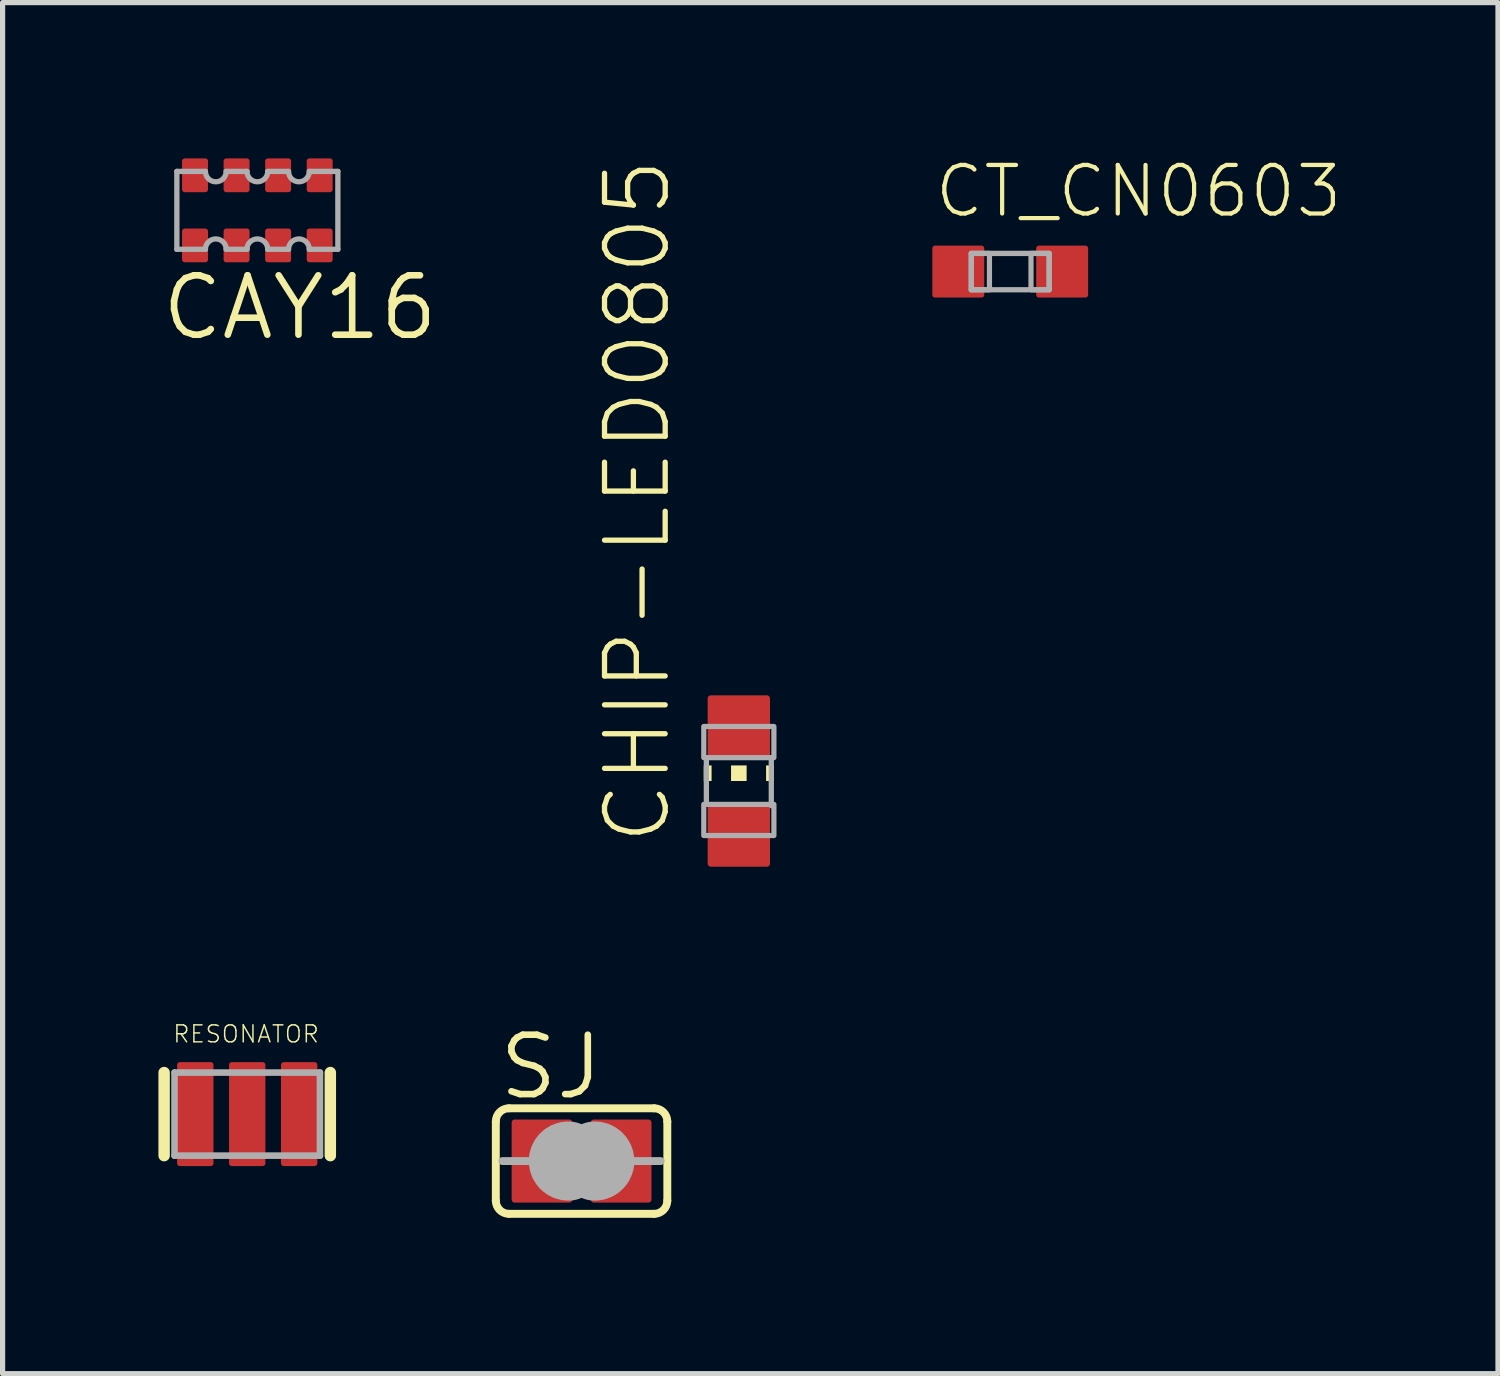
<source format=kicad_pcb>
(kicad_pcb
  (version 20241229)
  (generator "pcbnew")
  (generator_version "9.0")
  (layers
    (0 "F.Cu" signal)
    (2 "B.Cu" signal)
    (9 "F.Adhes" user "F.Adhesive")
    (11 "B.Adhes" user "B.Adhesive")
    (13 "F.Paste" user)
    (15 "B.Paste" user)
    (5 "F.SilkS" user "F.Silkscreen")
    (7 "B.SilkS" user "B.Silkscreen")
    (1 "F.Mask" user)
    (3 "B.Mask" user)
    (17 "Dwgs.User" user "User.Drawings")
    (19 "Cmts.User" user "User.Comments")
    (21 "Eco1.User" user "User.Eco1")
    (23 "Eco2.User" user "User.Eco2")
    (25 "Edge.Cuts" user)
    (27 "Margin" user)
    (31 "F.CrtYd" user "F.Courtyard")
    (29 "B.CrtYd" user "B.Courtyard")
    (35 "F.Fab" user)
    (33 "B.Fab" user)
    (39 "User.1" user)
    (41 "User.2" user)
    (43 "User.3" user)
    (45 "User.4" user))
  (footprint "RESONATOR"
    (layer "F.Cu")
    (at 1.71 18.4)
    (property "Reference" "RESONATOR" (at -1.45 -1.35 0) (layer "F.SilkS") (effects (font (size 0.327 0.327) (thickness 0.028)) (justify left bottom)))
    (fp_line (start -1.6 -0.8) (end -1.6 0.8) (stroke (width 0.22) (type solid)) (layer "F.SilkS"))
    (fp_line (start 1.6 -0.8) (end 1.6 0.8) (stroke (width 0.22) (type solid)) (layer "F.SilkS"))
    (fp_line (start -1.4 -0.8) (end 1.4 -0.8) (stroke (width 0.127) (type solid)) (layer "F.Fab"))
    (fp_line (start -1.4 0.8) (end -1.4 -0.8) (stroke (width 0.127) (type solid)) (layer "F.Fab"))
    (fp_line (start 1.4 -0.8) (end 1.4 0.8) (stroke (width 0.127) (type solid)) (layer "F.Fab"))
    (fp_line (start 1.4 0.8) (end -1.4 0.8) (stroke (width 0.127) (type solid)) (layer "F.Fab"))
    (pad "1" smd roundrect (at -1 0 90) (size 2 0.7) (layers "F.Cu" "F.Mask" "F.Paste") (roundrect_rratio 0.073))
    (pad "2" smd roundrect (at 0 0 90) (size 2 0.7) (layers "F.Cu" "F.Mask" "F.Paste") (roundrect_rratio 0.073))
    (pad "3" smd roundrect (at 1 0 90) (size 2 0.7) (layers "F.Cu" "F.Mask" "F.Paste") (roundrect_rratio 0.073)))
  (footprint "CT_CN0603"
    (layer "F.Cu")
    (at 16.4 2.179)
    (property "Reference" "CT_CN0603" (at -1.5 -1 0) (layer "F.SilkS") (effects (font (size 0.935 0.935) (thickness 0.081)) (justify left bottom)))
    (fp_line (start -0.75 -0.35) (end 0.75 -0.35) (stroke (width 0.102) (type solid)) (layer "F.Fab"))
    (fp_line (start -0.75 0.35) (end -0.75 -0.35) (stroke (width 0.102) (type solid)) (layer "F.Fab"))
    (fp_line (start 0.75 -0.35) (end 0.75 0.35) (stroke (width 0.102) (type solid)) (layer "F.Fab"))
    (fp_line (start 0.75 0.35) (end -0.75 0.35) (stroke (width 0.102) (type solid)) (layer "F.Fab"))
    (fp_poly (pts (xy -0.75 0.35) (xy -0.4 0.35) (xy -0.4 -0.35) (xy -0.75 -0.35)) (stroke (width 0.1) (type default)) (fill no) (layer "F.Fab"))
    (fp_poly (pts (xy 0.75 -0.35) (xy 0.4 -0.35) (xy 0.4 0.35) (xy 0.75 0.35)) (stroke (width 0.1) (type default)) (fill no) (layer "F.Fab"))
    (pad "1" smd roundrect (at -1 0) (size 1 1) (layers "F.Cu" "F.Mask" "F.Paste") (roundrect_rratio 0.051))
    (pad "2" smd roundrect (at 1 0) (size 1 1) (layers "F.Cu" "F.Mask" "F.Paste") (roundrect_rratio 0.051)))
  (footprint "CAY16"
    (layer "F.Cu")
    (at 1.905 1)
    (property "Reference" "CAY16" (at -1.905 2.54 0) (layer "F.SilkS") (effects (font (size 1.143 1.143) (thickness 0.127)) (justify left bottom)))
    (fp_line (start -1.55 -0.75) (end -1 -0.75) (stroke (width 0.102) (type solid)) (layer "F.Fab"))
    (fp_line (start -1.55 0.75) (end -1.55 -0.75) (stroke (width 0.102) (type solid)) (layer "F.Fab"))
    (fp_line (start -1 0.75) (end -1.55 0.75) (stroke (width 0.102) (type solid)) (layer "F.Fab"))
    (fp_line (start -0.6 -0.75) (end -0.2 -0.75) (stroke (width 0.102) (type solid)) (layer "F.Fab"))
    (fp_line (start -0.2 0.75) (end -0.6 0.75) (stroke (width 0.102) (type solid)) (layer "F.Fab"))
    (fp_line (start 0.2 -0.75) (end 0.6 -0.75) (stroke (width 0.102) (type solid)) (layer "F.Fab"))
    (fp_line (start 0.6 0.75) (end 0.2 0.75) (stroke (width 0.102) (type solid)) (layer "F.Fab"))
    (fp_line (start 1 -0.75) (end 1.55 -0.75) (stroke (width 0.102) (type solid)) (layer "F.Fab"))
    (fp_line (start 1.55 -0.75) (end 1.55 0.75) (stroke (width 0.102) (type solid)) (layer "F.Fab"))
    (fp_line (start 1.55 0.75) (end 1 0.75) (stroke (width 0.102) (type solid)) (layer "F.Fab"))
    (fp_arc (start -1 0.75) (mid -0.8 0.55) (end -0.6 0.75) (stroke (width 0.1016) (type solid)) (layer "F.Fab"))
    (fp_arc (start -0.6 -0.75) (mid -0.8 -0.55) (end -1 -0.75) (stroke (width 0.1016) (type solid)) (layer "F.Fab"))
    (fp_arc (start -0.2 0.75) (mid 0 0.55) (end 0.2 0.75) (stroke (width 0.1016) (type solid)) (layer "F.Fab"))
    (fp_arc (start 0.2 -0.75) (mid 0 -0.55) (end -0.2 -0.75) (stroke (width 0.1016) (type solid)) (layer "F.Fab"))
    (fp_arc (start 0.6 0.75) (mid 0.8 0.55) (end 1 0.75) (stroke (width 0.1016) (type solid)) (layer "F.Fab"))
    (fp_arc (start 1 -0.75) (mid 0.8 -0.55) (end 0.6 -0.75) (stroke (width 0.1016) (type solid)) (layer "F.Fab"))
    (pad "1" smd roundrect (at -1.2 0.675) (size 0.5 0.65) (layers "F.Cu" "F.Mask" "F.Paste") (roundrect_rratio 0.102))
    (pad "2" smd roundrect (at -0.4 0.675) (size 0.5 0.65) (layers "F.Cu" "F.Mask" "F.Paste") (roundrect_rratio 0.102))
    (pad "3" smd roundrect (at 0.4 0.675) (size 0.5 0.65) (layers "F.Cu" "F.Mask" "F.Paste") (roundrect_rratio 0.102))
    (pad "4" smd roundrect (at 1.2 0.675) (size 0.5 0.65) (layers "F.Cu" "F.Mask" "F.Paste") (roundrect_rratio 0.102))
    (pad "5" smd roundrect (at 1.2 -0.675) (size 0.5 0.65) (layers "F.Cu" "F.Mask" "F.Paste") (roundrect_rratio 0.102))
    (pad "6" smd roundrect (at 0.4 -0.675) (size 0.5 0.65) (layers "F.Cu" "F.Mask" "F.Paste") (roundrect_rratio 0.102))
    (pad "7" smd roundrect (at -0.4 -0.675) (size 0.5 0.65) (layers "F.Cu" "F.Mask" "F.Paste") (roundrect_rratio 0.102))
    (pad "8" smd roundrect (at -1.2 -0.675) (size 0.5 0.65) (layers "F.Cu" "F.Mask" "F.Paste") (roundrect_rratio 0.102)))
  (footprint "CHIP-LED0805"
    (layer "F.Cu")
    (at 11.175 11.987)
    (property "Reference" "CHIP-LED0805" (at -1.27 1.27 90) (layer "F.SilkS") (effects (font (size 1.168 1.168) (thickness 0.102)) (justify left bottom)))
    (fp_poly (pts (xy -0.675 0) (xy -0.525 0) (xy -0.525 -0.3) (xy -0.675 -0.3)) (stroke (width 0) (type default)) (fill yes) (layer "F.SilkS"))
    (fp_poly (pts (xy -0.15 0) (xy 0.15 0) (xy 0.15 -0.3) (xy -0.15 -0.3)) (stroke (width 0) (type default)) (fill yes) (layer "F.SilkS"))
    (fp_poly (pts (xy 0.525 0) (xy 0.675 0) (xy 0.675 -0.3) (xy 0.525 -0.3)) (stroke (width 0) (type default)) (fill yes) (layer "F.SilkS"))
    (fp_line (start -0.625 -0.45) (end -0.625 0.45) (stroke (width 0.102) (type solid)) (layer "F.Fab"))
    (fp_line (start 0.625 -0.45) (end 0.625 0.475) (stroke (width 0.102) (type solid)) (layer "F.Fab"))
    (fp_poly (pts (xy -0.675 -0.45) (xy 0.675 -0.45) (xy 0.675 -1.05) (xy -0.675 -1.05)) (stroke (width 0.1) (type default)) (fill no) (layer "F.Fab"))
    (fp_poly (pts (xy -0.675 1.05) (xy 0.675 1.05) (xy 0.675 0.45) (xy -0.675 0.45)) (stroke (width 0.1) (type default)) (fill no) (layer "F.Fab"))
    (pad "A" smd roundrect (at 0 1.05) (size 1.2 1.2) (layers "F.Cu" "F.Mask" "F.Paste") (roundrect_rratio 0.05))
    (pad "C" smd roundrect (at 0 -1.05) (size 1.2 1.2) (layers "F.Cu" "F.Mask" "F.Paste") (roundrect_rratio 0.05)))
  (footprint "SJ"
    (layer "F.Cu")
    (at 8.147 19.304)
    (property "Reference" "SJ" (at -1.651 -1.143 0) (layer "F.SilkS") (effects (font (size 1.143 1.143) (thickness 0.127)) (justify left bottom)))
    (fp_poly (pts (xy -0.076 0.914) (xy 0.076 0.914) (xy 0.076 -0.914) (xy -0.076 -0.914)) (stroke (width 0) (type default)) (fill yes) (layer "F.Mask"))
    (fp_line (start -1.651 0.762) (end -1.651 -0.762) (stroke (width 0.152) (type solid)) (layer "F.SilkS"))
    (fp_line (start -1.397 -1.016) (end 1.397 -1.016) (stroke (width 0.152) (type solid)) (layer "F.SilkS"))
    (fp_line (start 1.397 1.016) (end -1.397 1.016) (stroke (width 0.152) (type solid)) (layer "F.SilkS"))
    (fp_line (start 1.651 0.762) (end 1.651 -0.762) (stroke (width 0.152) (type solid)) (layer "F.SilkS"))
    (fp_arc (start -1.651 -0.762) (mid -1.576605 -0.941605) (end -1.397 -1.016) (stroke (width 0.1524) (type solid)) (layer "F.SilkS"))
    (fp_arc (start -1.397 1.016) (mid -1.576605 0.941605) (end -1.651 0.762) (stroke (width 0.1524) (type solid)) (layer "F.SilkS"))
    (fp_arc (start 1.397 -1.016) (mid 1.576605 -0.941605) (end 1.651 -0.762) (stroke (width 0.1524) (type solid)) (layer "F.SilkS"))
    (fp_arc (start 1.651 0.762) (mid 1.576605 0.941605) (end 1.397 1.016) (stroke (width 0.1524) (type solid)) (layer "F.SilkS"))
    (fp_line (start -1.016 0) (end -1.524 0) (stroke (width 0.152) (type solid)) (layer "F.Fab"))
    (fp_line (start 1.016 0) (end 1.524 0) (stroke (width 0.152) (type solid)) (layer "F.Fab"))
    (fp_arc (start -0.254 0.127) (mid -0.381 0) (end -0.254 -0.127) (stroke (width 1.27) (type solid)) (layer "F.Fab"))
    (fp_arc (start 0.254 -0.127) (mid 0.381 0) (end 0.254 0.127) (stroke (width 1.27) (type solid)) (layer "F.Fab"))
    (pad "1" smd roundrect (at -0.762 0) (size 1.168 1.6) (layers "F.Cu" "F.Mask" "F.Paste") (roundrect_rratio 0.05))
    (pad "2" smd roundrect (at 0.762 0) (size 1.168 1.6) (layers "F.Cu" "F.Mask" "F.Paste") (roundrect_rratio 0.05)))
  (gr_rect
    (start -3 -3)
    (end 25.791 23.397)
    (stroke (width 0.1) (type default))
    (fill no)
    (layer "Edge.Cuts")))
</source>
